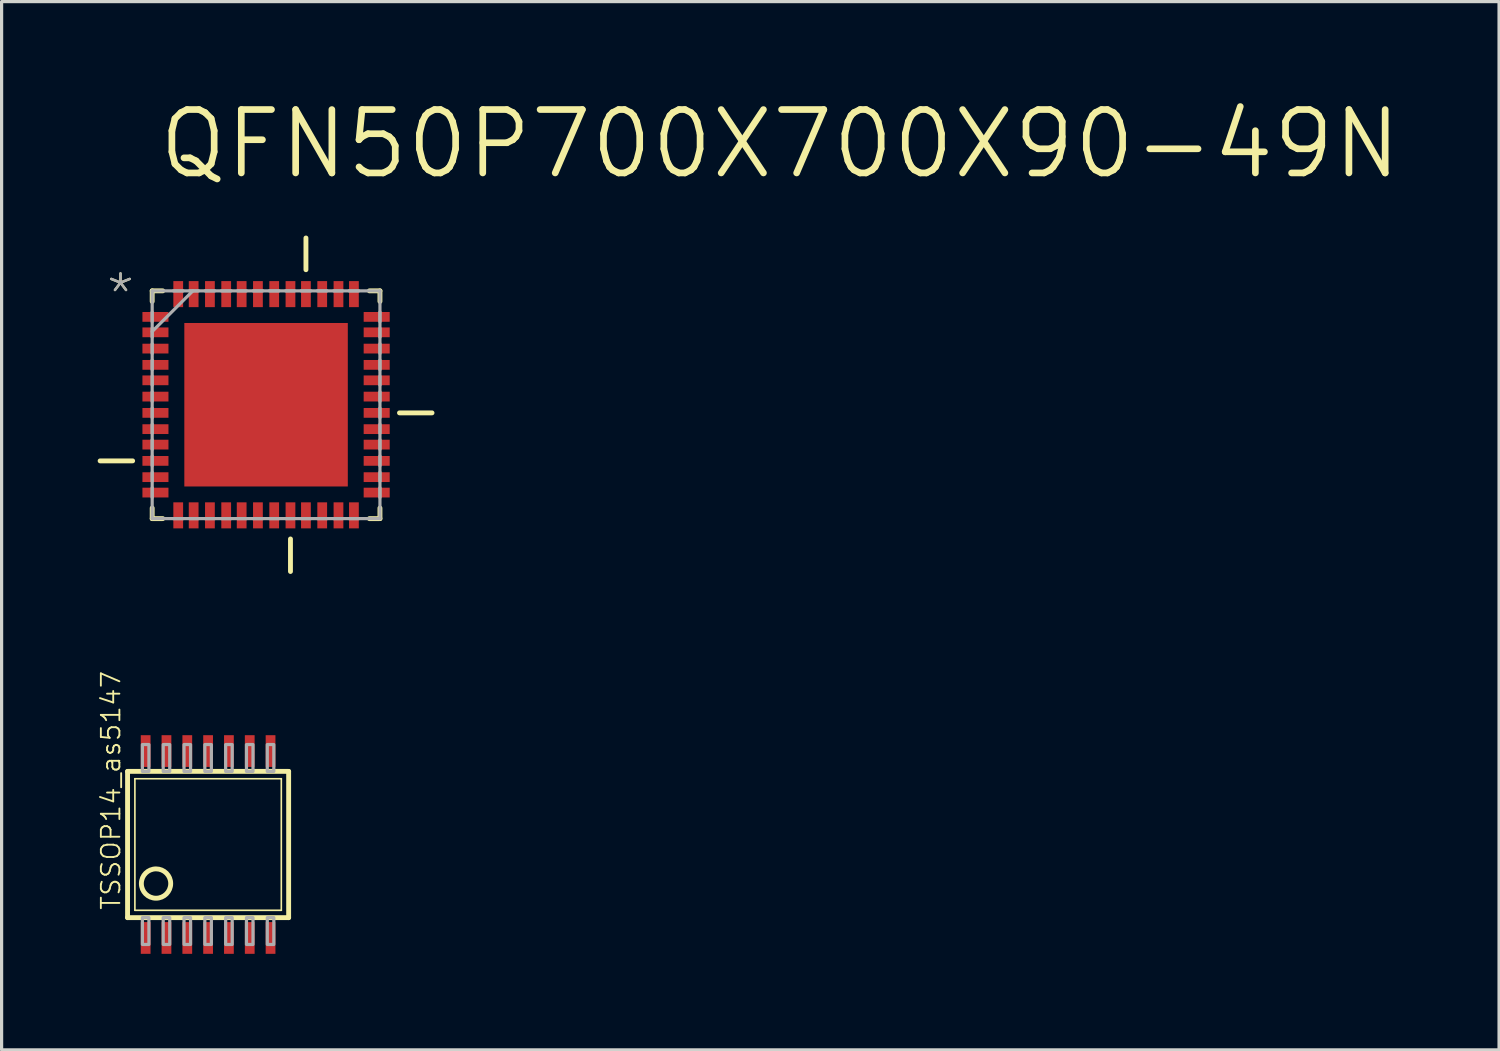
<source format=kicad_pcb>
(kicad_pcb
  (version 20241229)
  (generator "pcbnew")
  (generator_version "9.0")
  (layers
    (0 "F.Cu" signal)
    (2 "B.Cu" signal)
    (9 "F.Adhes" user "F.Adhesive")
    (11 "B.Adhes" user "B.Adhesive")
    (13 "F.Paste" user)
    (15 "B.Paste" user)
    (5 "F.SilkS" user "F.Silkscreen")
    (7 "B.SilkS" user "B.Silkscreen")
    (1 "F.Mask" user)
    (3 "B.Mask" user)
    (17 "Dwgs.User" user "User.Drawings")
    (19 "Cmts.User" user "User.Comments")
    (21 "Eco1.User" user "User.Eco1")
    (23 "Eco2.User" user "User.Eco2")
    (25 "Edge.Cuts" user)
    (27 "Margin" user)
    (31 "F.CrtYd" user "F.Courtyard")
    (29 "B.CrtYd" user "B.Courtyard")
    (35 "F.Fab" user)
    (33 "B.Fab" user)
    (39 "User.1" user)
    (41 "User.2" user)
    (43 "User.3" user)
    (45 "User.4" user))
  (footprint "TSSOP14_as5147"
    (layer "F.Cu")
    (at 3.448 23.32)
    (property "Reference" "TSSOP14_as5147" (at -2.696 2.083 90) (layer "F.SilkS") (effects (font (size 0.579 0.579) (thickness 0.058)) (justify left bottom)))
    (attr through_hole)
    (fp_line (start -2.515 2.283) (end -2.515 -2.283) (stroke (width 0.152) (type solid)) (layer "F.SilkS"))
    (fp_line (start -2.515 2.283) (end 2.515 2.283) (stroke (width 0.152) (type solid)) (layer "F.SilkS"))
    (fp_line (start -2.286 2.054) (end -2.286 -2.054) (stroke (width 0.051) (type solid)) (layer "F.SilkS"))
    (fp_line (start -2.286 2.054) (end 2.286 2.054) (stroke (width 0.051) (type solid)) (layer "F.SilkS"))
    (fp_line (start 2.286 -2.054) (end -2.286 -2.054) (stroke (width 0.051) (type solid)) (layer "F.SilkS"))
    (fp_line (start 2.286 -2.054) (end 2.286 2.054) (stroke (width 0.051) (type solid)) (layer "F.SilkS"))
    (fp_line (start 2.515 -2.283) (end -2.515 -2.283) (stroke (width 0.152) (type solid)) (layer "F.SilkS"))
    (fp_line (start 2.515 -2.283) (end 2.515 2.283) (stroke (width 0.152) (type solid)) (layer "F.SilkS"))
    (fp_circle (center -1.626 1.219) (end -1.168 1.219) (stroke (width 0.152) (type solid)) (fill no) (layer "F.SilkS"))
    (fp_poly (pts (xy -2.052 -2.283) (xy -1.848 -2.283) (xy -1.848 -3.121) (xy -2.052 -3.121)) (stroke (width 0.1) (type solid)) (fill no) (layer "F.Fab"))
    (fp_poly (pts (xy -2.052 3.121) (xy -1.848 3.121) (xy -1.848 2.283) (xy -2.052 2.283)) (stroke (width 0.1) (type solid)) (fill no) (layer "F.Fab"))
    (fp_poly (pts (xy -1.402 -2.283) (xy -1.198 -2.283) (xy -1.198 -3.121) (xy -1.402 -3.121)) (stroke (width 0.1) (type solid)) (fill no) (layer "F.Fab"))
    (fp_poly (pts (xy -1.402 3.121) (xy -1.198 3.121) (xy -1.198 2.283) (xy -1.402 2.283)) (stroke (width 0.1) (type solid)) (fill no) (layer "F.Fab"))
    (fp_poly (pts (xy -0.752 -2.283) (xy -0.548 -2.283) (xy -0.548 -3.121) (xy -0.752 -3.121)) (stroke (width 0.1) (type solid)) (fill no) (layer "F.Fab"))
    (fp_poly (pts (xy -0.752 3.121) (xy -0.548 3.121) (xy -0.548 2.283) (xy -0.752 2.283)) (stroke (width 0.1) (type solid)) (fill no) (layer "F.Fab"))
    (fp_poly (pts (xy -0.102 -2.283) (xy 0.102 -2.283) (xy 0.102 -3.121) (xy -0.102 -3.121)) (stroke (width 0.1) (type solid)) (fill no) (layer "F.Fab"))
    (fp_poly (pts (xy -0.102 3.121) (xy 0.102 3.121) (xy 0.102 2.283) (xy -0.102 2.283)) (stroke (width 0.1) (type solid)) (fill no) (layer "F.Fab"))
    (fp_poly (pts (xy 0.548 -2.283) (xy 0.752 -2.283) (xy 0.752 -3.121) (xy 0.548 -3.121)) (stroke (width 0.1) (type solid)) (fill no) (layer "F.Fab"))
    (fp_poly (pts (xy 0.548 3.121) (xy 0.752 3.121) (xy 0.752 2.283) (xy 0.548 2.283)) (stroke (width 0.1) (type solid)) (fill no) (layer "F.Fab"))
    (fp_poly (pts (xy 1.198 -2.283) (xy 1.402 -2.283) (xy 1.402 -3.121) (xy 1.198 -3.121)) (stroke (width 0.1) (type solid)) (fill no) (layer "F.Fab"))
    (fp_poly (pts (xy 1.198 3.121) (xy 1.402 3.121) (xy 1.402 2.283) (xy 1.198 2.283)) (stroke (width 0.1) (type solid)) (fill no) (layer "F.Fab"))
    (fp_poly (pts (xy 1.848 -2.283) (xy 2.052 -2.283) (xy 2.052 -3.121) (xy 1.848 -3.121)) (stroke (width 0.1) (type solid)) (fill no) (layer "F.Fab"))
    (fp_poly (pts (xy 1.848 3.121) (xy 2.052 3.121) (xy 2.052 2.283) (xy 1.848 2.283)) (stroke (width 0.1) (type solid)) (fill no) (layer "F.Fab"))
    (pad "1" smd rect (at -1.95 2.918) (size 0.305 0.991) (layers "F.Cu" "F.Mask" "F.Paste"))
    (pad "2" smd rect (at -1.3 2.918) (size 0.305 0.991) (layers "F.Cu" "F.Mask" "F.Paste"))
    (pad "3" smd rect (at -0.65 2.918) (size 0.305 0.991) (layers "F.Cu" "F.Mask" "F.Paste"))
    (pad "4" smd rect (at 0 2.918) (size 0.305 0.991) (layers "F.Cu" "F.Mask" "F.Paste"))
    (pad "5" smd rect (at 0.65 2.918) (size 0.305 0.991) (layers "F.Cu" "F.Mask" "F.Paste"))
    (pad "6" smd rect (at 1.3 2.918) (size 0.305 0.991) (layers "F.Cu" "F.Mask" "F.Paste"))
    (pad "7" smd rect (at 1.95 2.918) (size 0.305 0.991) (layers "F.Cu" "F.Mask" "F.Paste"))
    (pad "8" smd rect (at 1.95 -2.918) (size 0.305 0.991) (layers "F.Cu" "F.Mask" "F.Paste"))
    (pad "9" smd rect (at 1.3 -2.918) (size 0.305 0.991) (layers "F.Cu" "F.Mask" "F.Paste"))
    (pad "10" smd rect (at 0.65 -2.918) (size 0.305 0.991) (layers "F.Cu" "F.Mask" "F.Paste"))
    (pad "11" smd rect (at 0 -2.918) (size 0.305 0.991) (layers "F.Cu" "F.Mask" "F.Paste"))
    (pad "12" smd rect (at -0.65 -2.918) (size 0.305 0.991) (layers "F.Cu" "F.Mask" "F.Paste"))
    (pad "13" smd rect (at -1.3 -2.918) (size 0.305 0.991) (layers "F.Cu" "F.Mask" "F.Paste"))
    (pad "14" smd rect (at -1.95 -2.918) (size 0.305 0.991) (layers "F.Cu" "F.Mask" "F.Paste")))
  (footprint "QFN50P700X700X90-49N"
    (layer "F.Cu")
    (at 5.258 9.588)
    (property "Reference" "QFN50P700X700X90-49N" (at -3.454 -6.985 0) (layer "F.SilkS") (effects (font (size 1.979 1.979) (thickness 0.208)) (justify left bottom)))
    (attr through_hole)
    (fp_line (start -4.166 1.753) (end -5.182 1.753) (stroke (width 0.152) (type solid)) (layer "F.SilkS"))
    (fp_line (start -3.556 -3.556) (end -3.556 -3.226) (stroke (width 0.152) (type solid)) (layer "F.SilkS"))
    (fp_line (start -3.556 3.226) (end -3.556 3.556) (stroke (width 0.152) (type solid)) (layer "F.SilkS"))
    (fp_line (start -3.556 3.556) (end -3.226 3.556) (stroke (width 0.152) (type solid)) (layer "F.SilkS"))
    (fp_line (start -3.226 -3.556) (end -3.556 -3.556) (stroke (width 0.152) (type solid)) (layer "F.SilkS"))
    (fp_line (start 0.762 4.191) (end 0.762 5.207) (stroke (width 0.152) (type solid)) (layer "F.SilkS"))
    (fp_line (start 1.245 -4.216) (end 1.245 -5.207) (stroke (width 0.152) (type solid)) (layer "F.SilkS"))
    (fp_line (start 3.226 3.556) (end 3.556 3.556) (stroke (width 0.152) (type solid)) (layer "F.SilkS"))
    (fp_line (start 3.556 -3.556) (end 3.226 -3.556) (stroke (width 0.152) (type solid)) (layer "F.SilkS"))
    (fp_line (start 3.556 -3.226) (end 3.556 -3.556) (stroke (width 0.152) (type solid)) (layer "F.SilkS"))
    (fp_line (start 3.556 3.556) (end 3.556 3.226) (stroke (width 0.152) (type solid)) (layer "F.SilkS"))
    (fp_line (start 4.166 0.254) (end 5.182 0.254) (stroke (width 0.152) (type solid)) (layer "F.SilkS"))
    (fp_line (start -3.556 -3.556) (end -3.556 3.556) (stroke (width 0.1) (type solid)) (layer "F.Fab"))
    (fp_line (start -3.556 -2.896) (end -3.556 -2.591) (stroke (width 0.1) (type solid)) (layer "F.Fab"))
    (fp_line (start -3.556 -2.388) (end -3.556 -2.108) (stroke (width 0.1) (type solid)) (layer "F.Fab"))
    (fp_line (start -3.556 -2.286) (end -2.286 -3.556) (stroke (width 0.1) (type solid)) (layer "F.Fab"))
    (fp_line (start -3.556 -1.905) (end -3.556 -1.6) (stroke (width 0.1) (type solid)) (layer "F.Fab"))
    (fp_line (start -3.556 -1.397) (end -3.556 -1.092) (stroke (width 0.1) (type solid)) (layer "F.Fab"))
    (fp_line (start -3.556 -0.889) (end -3.556 -0.61) (stroke (width 0.1) (type solid)) (layer "F.Fab"))
    (fp_line (start -3.556 -0.406) (end -3.556 -0.102) (stroke (width 0.1) (type solid)) (layer "F.Fab"))
    (fp_line (start -3.556 0.102) (end -3.556 0.406) (stroke (width 0.1) (type solid)) (layer "F.Fab"))
    (fp_line (start -3.556 0.61) (end -3.556 0.889) (stroke (width 0.1) (type solid)) (layer "F.Fab"))
    (fp_line (start -3.556 1.092) (end -3.556 1.397) (stroke (width 0.1) (type solid)) (layer "F.Fab"))
    (fp_line (start -3.556 1.6) (end -3.556 1.905) (stroke (width 0.1) (type solid)) (layer "F.Fab"))
    (fp_line (start -3.556 2.108) (end -3.556 2.388) (stroke (width 0.1) (type solid)) (layer "F.Fab"))
    (fp_line (start -3.556 2.591) (end -3.556 2.896) (stroke (width 0.1) (type solid)) (layer "F.Fab"))
    (fp_line (start -3.556 3.556) (end 3.556 3.556) (stroke (width 0.1) (type solid)) (layer "F.Fab"))
    (fp_line (start -2.896 3.556) (end -2.591 3.556) (stroke (width 0.1) (type solid)) (layer "F.Fab"))
    (fp_line (start -2.591 -3.556) (end -2.896 -3.556) (stroke (width 0.1) (type solid)) (layer "F.Fab"))
    (fp_line (start -2.388 3.556) (end -2.108 3.556) (stroke (width 0.1) (type solid)) (layer "F.Fab"))
    (fp_line (start -2.108 -3.556) (end -2.388 -3.556) (stroke (width 0.1) (type solid)) (layer "F.Fab"))
    (fp_line (start -1.905 3.556) (end -1.6 3.556) (stroke (width 0.1) (type solid)) (layer "F.Fab"))
    (fp_line (start -1.6 -3.556) (end -1.905 -3.556) (stroke (width 0.1) (type solid)) (layer "F.Fab"))
    (fp_line (start -1.397 3.556) (end -1.092 3.556) (stroke (width 0.1) (type solid)) (layer "F.Fab"))
    (fp_line (start -1.092 -3.556) (end -1.397 -3.556) (stroke (width 0.1) (type solid)) (layer "F.Fab"))
    (fp_line (start -0.889 3.556) (end -0.61 3.556) (stroke (width 0.1) (type solid)) (layer "F.Fab"))
    (fp_line (start -0.61 -3.556) (end -0.889 -3.556) (stroke (width 0.1) (type solid)) (layer "F.Fab"))
    (fp_line (start -0.406 3.556) (end -0.102 3.556) (stroke (width 0.1) (type solid)) (layer "F.Fab"))
    (fp_line (start -0.102 -3.556) (end -0.406 -3.556) (stroke (width 0.1) (type solid)) (layer "F.Fab"))
    (fp_line (start 0.102 3.556) (end 0.406 3.556) (stroke (width 0.1) (type solid)) (layer "F.Fab"))
    (fp_line (start 0.406 -3.556) (end 0.102 -3.556) (stroke (width 0.1) (type solid)) (layer "F.Fab"))
    (fp_line (start 0.61 3.556) (end 0.889 3.556) (stroke (width 0.1) (type solid)) (layer "F.Fab"))
    (fp_line (start 0.889 -3.556) (end 0.61 -3.556) (stroke (width 0.1) (type solid)) (layer "F.Fab"))
    (fp_line (start 1.092 3.556) (end 1.397 3.556) (stroke (width 0.1) (type solid)) (layer "F.Fab"))
    (fp_line (start 1.397 -3.556) (end 1.092 -3.556) (stroke (width 0.1) (type solid)) (layer "F.Fab"))
    (fp_line (start 1.6 3.556) (end 1.905 3.556) (stroke (width 0.1) (type solid)) (layer "F.Fab"))
    (fp_line (start 1.905 -3.556) (end 1.6 -3.556) (stroke (width 0.1) (type solid)) (layer "F.Fab"))
    (fp_line (start 2.108 3.556) (end 2.388 3.556) (stroke (width 0.1) (type solid)) (layer "F.Fab"))
    (fp_line (start 2.388 -3.556) (end 2.108 -3.556) (stroke (width 0.1) (type solid)) (layer "F.Fab"))
    (fp_line (start 2.591 3.556) (end 2.896 3.556) (stroke (width 0.1) (type solid)) (layer "F.Fab"))
    (fp_line (start 2.896 -3.556) (end 2.591 -3.556) (stroke (width 0.1) (type solid)) (layer "F.Fab"))
    (fp_line (start 3.556 -3.556) (end -3.556 -3.556) (stroke (width 0.1) (type solid)) (layer "F.Fab"))
    (fp_line (start 3.556 -2.591) (end 3.556 -2.896) (stroke (width 0.1) (type solid)) (layer "F.Fab"))
    (fp_line (start 3.556 -2.108) (end 3.556 -2.388) (stroke (width 0.1) (type solid)) (layer "F.Fab"))
    (fp_line (start 3.556 -1.6) (end 3.556 -1.905) (stroke (width 0.1) (type solid)) (layer "F.Fab"))
    (fp_line (start 3.556 -1.092) (end 3.556 -1.397) (stroke (width 0.1) (type solid)) (layer "F.Fab"))
    (fp_line (start 3.556 -0.61) (end 3.556 -0.889) (stroke (width 0.1) (type solid)) (layer "F.Fab"))
    (fp_line (start 3.556 -0.102) (end 3.556 -0.406) (stroke (width 0.1) (type solid)) (layer "F.Fab"))
    (fp_line (start 3.556 0.406) (end 3.556 0.102) (stroke (width 0.1) (type solid)) (layer "F.Fab"))
    (fp_line (start 3.556 0.889) (end 3.556 0.61) (stroke (width 0.1) (type solid)) (layer "F.Fab"))
    (fp_line (start 3.556 1.397) (end 3.556 1.092) (stroke (width 0.1) (type solid)) (layer "F.Fab"))
    (fp_line (start 3.556 1.905) (end 3.556 1.6) (stroke (width 0.1) (type solid)) (layer "F.Fab"))
    (fp_line (start 3.556 2.388) (end 3.556 2.108) (stroke (width 0.1) (type solid)) (layer "F.Fab"))
    (fp_line (start 3.556 2.896) (end 3.556 2.591) (stroke (width 0.1) (type solid)) (layer "F.Fab"))
    (fp_line (start 3.556 3.556) (end 3.556 -3.556) (stroke (width 0.1) (type solid)) (layer "F.Fab"))
    (fp_text user "*" (at -5.055 -2.743 0) (layer "F.SilkS") (effects (font (size 1.206 1.206) (thickness 0.076)) (justify left bottom)))
    (fp_text user "*" (at -5.055 -2.743 0) (layer "F.Fab") (effects (font (size 1.206 1.206) (thickness 0.076)) (justify left bottom)))
    (pad "1" smd rect (at -3.454 -2.743 270) (size 0.305 0.813) (layers "F.Cu" "F.Mask" "F.Paste"))
    (pad "2" smd rect (at -3.454 -2.261 270) (size 0.305 0.813) (layers "F.Cu" "F.Mask" "F.Paste"))
    (pad "3" smd rect (at -3.454 -1.753 270) (size 0.305 0.813) (layers "F.Cu" "F.Mask" "F.Paste"))
    (pad "4" smd rect (at -3.454 -1.245 270) (size 0.305 0.813) (layers "F.Cu" "F.Mask" "F.Paste"))
    (pad "5" smd rect (at -3.454 -0.762 270) (size 0.305 0.813) (layers "F.Cu" "F.Mask" "F.Paste"))
    (pad "6" smd rect (at -3.454 -0.254 270) (size 0.305 0.813) (layers "F.Cu" "F.Mask" "F.Paste"))
    (pad "7" smd rect (at -3.454 0.254 270) (size 0.305 0.813) (layers "F.Cu" "F.Mask" "F.Paste"))
    (pad "8" smd rect (at -3.454 0.762 270) (size 0.305 0.813) (layers "F.Cu" "F.Mask" "F.Paste"))
    (pad "9" smd rect (at -3.454 1.245 270) (size 0.305 0.813) (layers "F.Cu" "F.Mask" "F.Paste"))
    (pad "10" smd rect (at -3.454 1.753 270) (size 0.305 0.813) (layers "F.Cu" "F.Mask" "F.Paste"))
    (pad "11" smd rect (at -3.454 2.261 270) (size 0.305 0.813) (layers "F.Cu" "F.Mask" "F.Paste"))
    (pad "12" smd rect (at -3.454 2.743 270) (size 0.305 0.813) (layers "F.Cu" "F.Mask" "F.Paste"))
    (pad "13" smd rect (at -2.743 3.454 180) (size 0.305 0.813) (layers "F.Cu" "F.Mask" "F.Paste"))
    (pad "14" smd rect (at -2.261 3.454 180) (size 0.305 0.813) (layers "F.Cu" "F.Mask" "F.Paste"))
    (pad "15" smd rect (at -1.753 3.454 180) (size 0.305 0.813) (layers "F.Cu" "F.Mask" "F.Paste"))
    (pad "16" smd rect (at -1.245 3.454 180) (size 0.305 0.813) (layers "F.Cu" "F.Mask" "F.Paste"))
    (pad "17" smd rect (at -0.762 3.454 180) (size 0.305 0.813) (layers "F.Cu" "F.Mask" "F.Paste"))
    (pad "18" smd rect (at -0.254 3.454 180) (size 0.305 0.813) (layers "F.Cu" "F.Mask" "F.Paste"))
    (pad "19" smd rect (at 0.254 3.454 180) (size 0.305 0.813) (layers "F.Cu" "F.Mask" "F.Paste"))
    (pad "20" smd rect (at 0.762 3.454 180) (size 0.305 0.813) (layers "F.Cu" "F.Mask" "F.Paste"))
    (pad "21" smd rect (at 1.245 3.454 180) (size 0.305 0.813) (layers "F.Cu" "F.Mask" "F.Paste"))
    (pad "22" smd rect (at 1.753 3.454 180) (size 0.305 0.813) (layers "F.Cu" "F.Mask" "F.Paste"))
    (pad "23" smd rect (at 2.261 3.454 180) (size 0.305 0.813) (layers "F.Cu" "F.Mask" "F.Paste"))
    (pad "24" smd rect (at 2.743 3.454 180) (size 0.305 0.813) (layers "F.Cu" "F.Mask" "F.Paste"))
    (pad "25" smd rect (at 3.454 2.743 270) (size 0.305 0.813) (layers "F.Cu" "F.Mask" "F.Paste"))
    (pad "26" smd rect (at 3.454 2.261 270) (size 0.305 0.813) (layers "F.Cu" "F.Mask" "F.Paste"))
    (pad "27" smd rect (at 3.454 1.753 270) (size 0.305 0.813) (layers "F.Cu" "F.Mask" "F.Paste"))
    (pad "28" smd rect (at 3.454 1.245 270) (size 0.305 0.813) (layers "F.Cu" "F.Mask" "F.Paste"))
    (pad "29" smd rect (at 3.454 0.762 270) (size 0.305 0.813) (layers "F.Cu" "F.Mask" "F.Paste"))
    (pad "30" smd rect (at 3.454 0.254 270) (size 0.305 0.813) (layers "F.Cu" "F.Mask" "F.Paste"))
    (pad "31" smd rect (at 3.454 -0.254 270) (size 0.305 0.813) (layers "F.Cu" "F.Mask" "F.Paste"))
    (pad "32" smd rect (at 3.454 -0.762 270) (size 0.305 0.813) (layers "F.Cu" "F.Mask" "F.Paste"))
    (pad "33" smd rect (at 3.454 -1.245 270) (size 0.305 0.813) (layers "F.Cu" "F.Mask" "F.Paste"))
    (pad "34" smd rect (at 3.454 -1.753 270) (size 0.305 0.813) (layers "F.Cu" "F.Mask" "F.Paste"))
    (pad "35" smd rect (at 3.454 -2.261 270) (size 0.305 0.813) (layers "F.Cu" "F.Mask" "F.Paste"))
    (pad "36" smd rect (at 3.454 -2.743 270) (size 0.305 0.813) (layers "F.Cu" "F.Mask" "F.Paste"))
    (pad "37" smd rect (at 2.743 -3.454 180) (size 0.305 0.813) (layers "F.Cu" "F.Mask" "F.Paste"))
    (pad "38" smd rect (at 2.261 -3.454 180) (size 0.305 0.813) (layers "F.Cu" "F.Mask" "F.Paste"))
    (pad "39" smd rect (at 1.753 -3.454 180) (size 0.305 0.813) (layers "F.Cu" "F.Mask" "F.Paste"))
    (pad "40" smd rect (at 1.245 -3.454 180) (size 0.305 0.813) (layers "F.Cu" "F.Mask" "F.Paste"))
    (pad "41" smd rect (at 0.762 -3.454 180) (size 0.305 0.813) (layers "F.Cu" "F.Mask" "F.Paste"))
    (pad "42" smd rect (at 0.254 -3.454 180) (size 0.305 0.813) (layers "F.Cu" "F.Mask" "F.Paste"))
    (pad "43" smd rect (at -0.254 -3.454 180) (size 0.305 0.813) (layers "F.Cu" "F.Mask" "F.Paste"))
    (pad "44" smd rect (at -0.762 -3.454 180) (size 0.305 0.813) (layers "F.Cu" "F.Mask" "F.Paste"))
    (pad "45" smd rect (at -1.245 -3.454 180) (size 0.305 0.813) (layers "F.Cu" "F.Mask" "F.Paste"))
    (pad "46" smd rect (at -1.753 -3.454 180) (size 0.305 0.813) (layers "F.Cu" "F.Mask" "F.Paste"))
    (pad "47" smd rect (at -2.261 -3.454 180) (size 0.305 0.813) (layers "F.Cu" "F.Mask" "F.Paste"))
    (pad "48" smd rect (at -2.743 -3.454 180) (size 0.305 0.813) (layers "F.Cu" "F.Mask" "F.Paste"))
    (pad "49" smd rect (at 0 0) (size 5.105 5.105) (layers "F.Cu" "F.Mask" "F.Paste")))
  (gr_rect
    (start -3 -3)
    (end 43.758 29.733)
    (stroke (width 0.1) (type default))
    (fill no)
    (layer "Edge.Cuts")))
</source>
